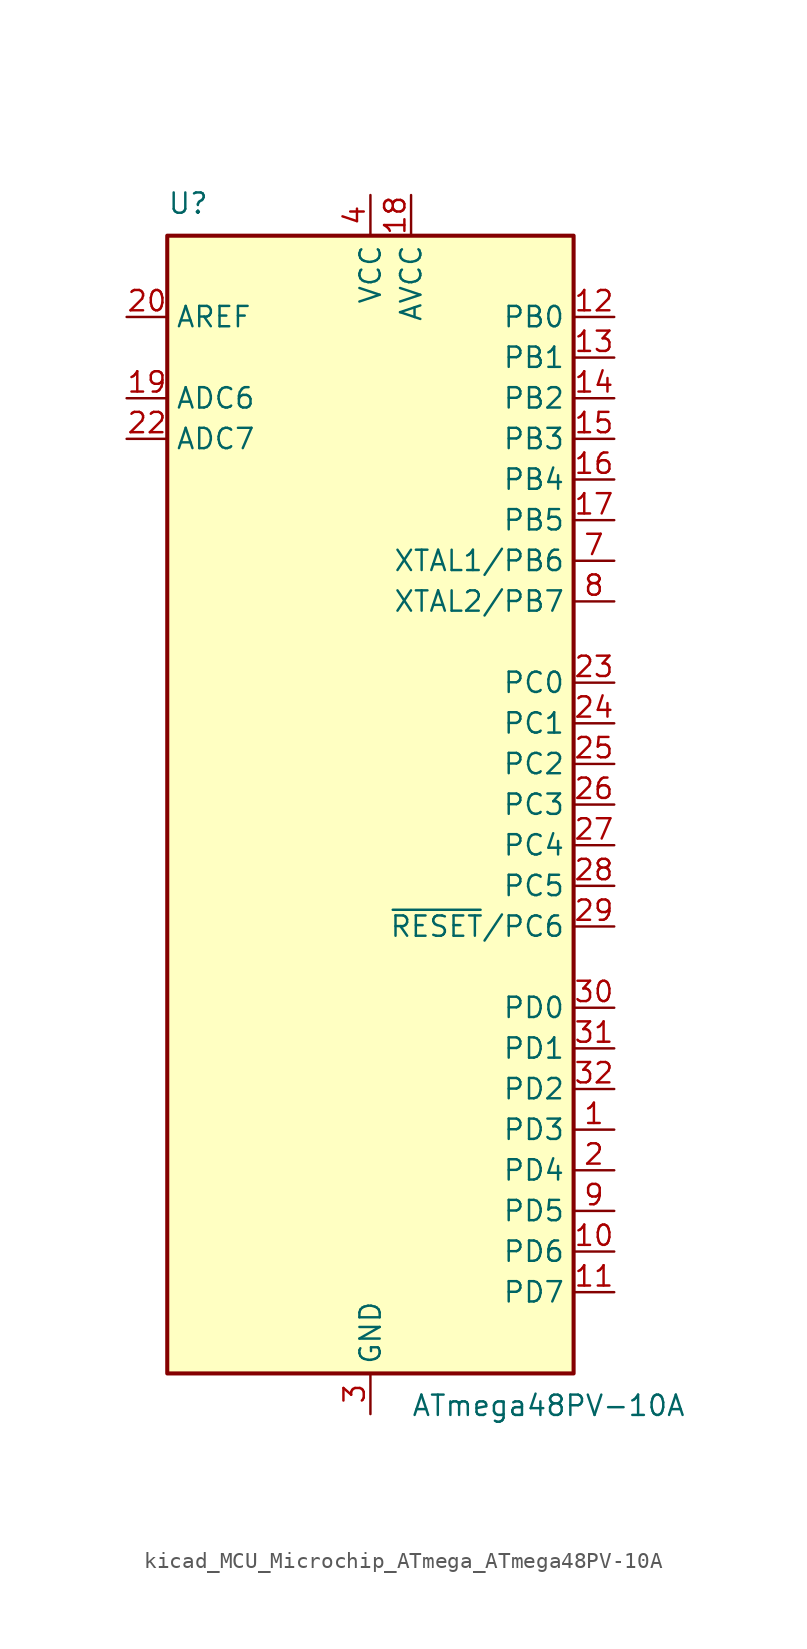
<source format=kicad_sym>
(kicad_symbol_lib
  (version 20220914)
  (generator kicad_symbol_editor)
  (symbol "kicad_MCU_Microchip_ATmega_ATmega48PV-10A"
    (property "Reference" "U"
      (at -12.7 36.83 0)
      (effects (font (size 1.27 1.27)) (justify left bottom)))
    (property "Value" "ATmega48PV-10A"
      (at 2.54 -36.83 0)
      (effects (font (size 1.27 1.27)) (justify left top)))
    (symbol "kicad_MCU_Microchip_ATmega_ATmega48PV-10A_0_1"
      (rectangle (start -12.7 -35.56) (end 12.7 35.56) (stroke (width 0.254) (type default)) (fill (type background))))
    (symbol "kicad_MCU_Microchip_ATmega_ATmega48PV-10A_1_1"
      (pin bidirectional line (at 15.24 -20.32 180) (length 2.54) (name "PD3" (effects (font (size 1.27 1.27)))) (number "1" (effects (font (size 1.27 1.27)))))
      (pin bidirectional line (at 15.24 -27.94 180) (length 2.54) (name "PD6" (effects (font (size 1.27 1.27)))) (number "10" (effects (font (size 1.27 1.27)))))
      (pin bidirectional line (at 15.24 -30.48 180) (length 2.54) (name "PD7" (effects (font (size 1.27 1.27)))) (number "11" (effects (font (size 1.27 1.27)))))
      (pin bidirectional line (at 15.24 30.48 180) (length 2.54) (name "PB0" (effects (font (size 1.27 1.27)))) (number "12" (effects (font (size 1.27 1.27)))))
      (pin bidirectional line (at 15.24 27.94 180) (length 2.54) (name "PB1" (effects (font (size 1.27 1.27)))) (number "13" (effects (font (size 1.27 1.27)))))
      (pin bidirectional line (at 15.24 25.4 180) (length 2.54) (name "PB2" (effects (font (size 1.27 1.27)))) (number "14" (effects (font (size 1.27 1.27)))))
      (pin bidirectional line (at 15.24 22.86 180) (length 2.54) (name "PB3" (effects (font (size 1.27 1.27)))) (number "15" (effects (font (size 1.27 1.27)))))
      (pin bidirectional line (at 15.24 20.32 180) (length 2.54) (name "PB4" (effects (font (size 1.27 1.27)))) (number "16" (effects (font (size 1.27 1.27)))))
      (pin bidirectional line (at 15.24 17.78 180) (length 2.54) (name "PB5" (effects (font (size 1.27 1.27)))) (number "17" (effects (font (size 1.27 1.27)))))
      (pin power_in line (at 2.54 38.1 270) (length 2.54) (name "AVCC" (effects (font (size 1.27 1.27)))) (number "18" (effects (font (size 1.27 1.27)))))
      (pin input line (at -15.24 25.4 0) (length 2.54) (name "ADC6" (effects (font (size 1.27 1.27)))) (number "19" (effects (font (size 1.27 1.27)))))
      (pin bidirectional line (at 15.24 -22.86 180) (length 2.54) (name "PD4" (effects (font (size 1.27 1.27)))) (number "2" (effects (font (size 1.27 1.27)))))
      (pin passive line (at -15.24 30.48 0) (length 2.54) (name "AREF" (effects (font (size 1.27 1.27)))) (number "20" (effects (font (size 1.27 1.27)))))
      (pin passive line (at 0 -38.1 90) (length 2.54) hide (name "GND" (effects (font (size 1.27 1.27)))) (number "21" (effects (font (size 1.27 1.27)))))
      (pin input line (at -15.24 22.86 0) (length 2.54) (name "ADC7" (effects (font (size 1.27 1.27)))) (number "22" (effects (font (size 1.27 1.27)))))
      (pin bidirectional line (at 15.24 7.62 180) (length 2.54) (name "PC0" (effects (font (size 1.27 1.27)))) (number "23" (effects (font (size 1.27 1.27)))))
      (pin bidirectional line (at 15.24 5.08 180) (length 2.54) (name "PC1" (effects (font (size 1.27 1.27)))) (number "24" (effects (font (size 1.27 1.27)))))
      (pin bidirectional line (at 15.24 2.54 180) (length 2.54) (name "PC2" (effects (font (size 1.27 1.27)))) (number "25" (effects (font (size 1.27 1.27)))))
      (pin bidirectional line (at 15.24 0 180) (length 2.54) (name "PC3" (effects (font (size 1.27 1.27)))) (number "26" (effects (font (size 1.27 1.27)))))
      (pin bidirectional line (at 15.24 -2.54 180) (length 2.54) (name "PC4" (effects (font (size 1.27 1.27)))) (number "27" (effects (font (size 1.27 1.27)))))
      (pin bidirectional line (at 15.24 -5.08 180) (length 2.54) (name "PC5" (effects (font (size 1.27 1.27)))) (number "28" (effects (font (size 1.27 1.27)))))
      (pin bidirectional line (at 15.24 -7.62 180) (length 2.54) (name "~{RESET}/PC6" (effects (font (size 1.27 1.27)))) (number "29" (effects (font (size 1.27 1.27)))))
      (pin power_in line (at 0 -38.1 90) (length 2.54) (name "GND" (effects (font (size 1.27 1.27)))) (number "3" (effects (font (size 1.27 1.27)))))
      (pin bidirectional line (at 15.24 -12.7 180) (length 2.54) (name "PD0" (effects (font (size 1.27 1.27)))) (number "30" (effects (font (size 1.27 1.27)))))
      (pin bidirectional line (at 15.24 -15.24 180) (length 2.54) (name "PD1" (effects (font (size 1.27 1.27)))) (number "31" (effects (font (size 1.27 1.27)))))
      (pin bidirectional line (at 15.24 -17.78 180) (length 2.54) (name "PD2" (effects (font (size 1.27 1.27)))) (number "32" (effects (font (size 1.27 1.27)))))
      (pin power_in line (at 0 38.1 270) (length 2.54) (name "VCC" (effects (font (size 1.27 1.27)))) (number "4" (effects (font (size 1.27 1.27)))))
      (pin passive line (at 0 -38.1 90) (length 2.54) hide (name "GND" (effects (font (size 1.27 1.27)))) (number "5" (effects (font (size 1.27 1.27)))))
      (pin passive line (at 0 38.1 270) (length 2.54) hide (name "VCC" (effects (font (size 1.27 1.27)))) (number "6" (effects (font (size 1.27 1.27)))))
      (pin bidirectional line (at 15.24 15.24 180) (length 2.54) (name "XTAL1/PB6" (effects (font (size 1.27 1.27)))) (number "7" (effects (font (size 1.27 1.27)))))
      (pin bidirectional line (at 15.24 12.7 180) (length 2.54) (name "XTAL2/PB7" (effects (font (size 1.27 1.27)))) (number "8" (effects (font (size 1.27 1.27)))))
      (pin bidirectional line (at 15.24 -25.4 180) (length 2.54) (name "PD5" (effects (font (size 1.27 1.27)))) (number "9" (effects (font (size 1.27 1.27))))))))
</source>
